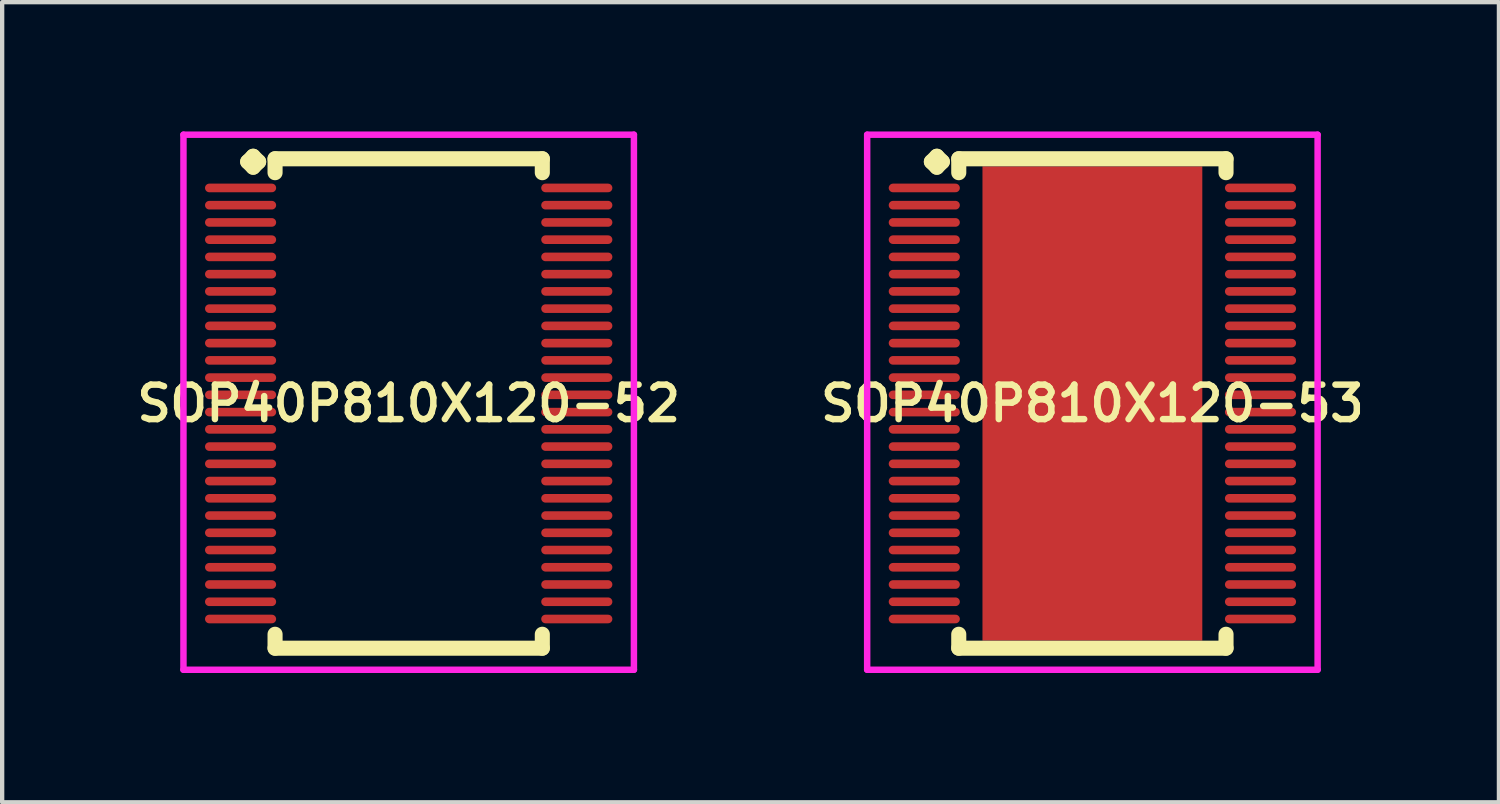
<source format=kicad_pcb>
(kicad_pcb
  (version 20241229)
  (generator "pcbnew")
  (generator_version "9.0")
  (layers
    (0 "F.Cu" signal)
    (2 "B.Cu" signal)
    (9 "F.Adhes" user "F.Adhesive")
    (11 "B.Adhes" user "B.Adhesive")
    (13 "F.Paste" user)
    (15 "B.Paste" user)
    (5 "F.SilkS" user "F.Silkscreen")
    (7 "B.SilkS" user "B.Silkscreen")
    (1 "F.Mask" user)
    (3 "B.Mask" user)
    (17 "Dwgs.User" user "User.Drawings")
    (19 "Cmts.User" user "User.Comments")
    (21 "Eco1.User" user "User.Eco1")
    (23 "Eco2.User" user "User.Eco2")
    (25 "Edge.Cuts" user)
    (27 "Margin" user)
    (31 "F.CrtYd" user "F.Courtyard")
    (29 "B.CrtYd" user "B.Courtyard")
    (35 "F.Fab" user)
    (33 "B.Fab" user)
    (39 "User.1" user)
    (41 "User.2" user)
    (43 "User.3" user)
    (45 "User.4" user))
  (footprint "SOP40P810X120-52"
    (layer "F.Cu")
    (at 6.431 6.31)
    (property "Reference" "SOP40P810X120-52" (at 0 0 0) (layer "F.SilkS") (effects (font (size 0.8 0.8) (thickness 0.15))))
    (attr smd)
    (fp_line (start -3.735 -5.608) (end -3.608 -5.735) (stroke (width 0.35) (type solid)) (layer "F.SilkS"))
    (fp_line (start -3.608 -5.735) (end -3.481 -5.608) (stroke (width 0.35) (type solid)) (layer "F.SilkS"))
    (fp_line (start -3.608 -5.481) (end -3.735 -5.608) (stroke (width 0.35) (type solid)) (layer "F.SilkS"))
    (fp_line (start -3.481 -5.608) (end -3.608 -5.481) (stroke (width 0.35) (type solid)) (layer "F.SilkS"))
    (fp_line (start -3.1 -5.677) (end 3.1 -5.677) (stroke (width 0.35) (type solid)) (layer "F.SilkS"))
    (fp_line (start -3.1 -5.354) (end -3.1 -5.677) (stroke (width 0.35) (type solid)) (layer "F.SilkS"))
    (fp_line (start -3.1 5.354) (end -3.1 5.677) (stroke (width 0.35) (type solid)) (layer "F.SilkS"))
    (fp_line (start -3.1 5.677) (end 3.1 5.677) (stroke (width 0.35) (type solid)) (layer "F.SilkS"))
    (fp_line (start 3.1 -5.677) (end 3.1 -5.354) (stroke (width 0.35) (type solid)) (layer "F.SilkS"))
    (fp_line (start 3.1 5.677) (end 3.1 5.354) (stroke (width 0.35) (type solid)) (layer "F.SilkS"))
    (fp_line (start -5.225 -6.235) (end 5.225 -6.235) (stroke (width 0.15) (type solid)) (layer "F.CrtYd"))
    (fp_line (start -5.225 6.177) (end -5.225 -6.235) (stroke (width 0.15) (type solid)) (layer "F.CrtYd"))
    (fp_line (start 5.225 -6.235) (end 5.225 6.177) (stroke (width 0.15) (type solid)) (layer "F.CrtYd"))
    (fp_line (start 5.225 6.177) (end -5.225 6.177) (stroke (width 0.15) (type solid)) (layer "F.CrtYd"))
    (pad "1" smd oval (at -3.9 -5) (size 1.65 0.2) (layers "F.Cu" "F.Mask" "F.Paste"))
    (pad "2" smd oval (at -3.9 -4.6) (size 1.65 0.2) (layers "F.Cu" "F.Mask" "F.Paste"))
    (pad "3" smd oval (at -3.9 -4.2) (size 1.65 0.2) (layers "F.Cu" "F.Mask" "F.Paste"))
    (pad "4" smd oval (at -3.9 -3.8) (size 1.65 0.2) (layers "F.Cu" "F.Mask" "F.Paste"))
    (pad "5" smd oval (at -3.9 -3.4) (size 1.65 0.2) (layers "F.Cu" "F.Mask" "F.Paste"))
    (pad "6" smd oval (at -3.9 -3) (size 1.65 0.2) (layers "F.Cu" "F.Mask" "F.Paste"))
    (pad "7" smd oval (at -3.9 -2.6) (size 1.65 0.2) (layers "F.Cu" "F.Mask" "F.Paste"))
    (pad "8" smd oval (at -3.9 -2.2) (size 1.65 0.2) (layers "F.Cu" "F.Mask" "F.Paste"))
    (pad "9" smd oval (at -3.9 -1.8) (size 1.65 0.2) (layers "F.Cu" "F.Mask" "F.Paste"))
    (pad "10" smd oval (at -3.9 -1.4) (size 1.65 0.2) (layers "F.Cu" "F.Mask" "F.Paste"))
    (pad "11" smd oval (at -3.9 -1) (size 1.65 0.2) (layers "F.Cu" "F.Mask" "F.Paste"))
    (pad "12" smd oval (at -3.9 -0.6) (size 1.65 0.2) (layers "F.Cu" "F.Mask" "F.Paste"))
    (pad "13" smd oval (at -3.9 -0.2) (size 1.65 0.2) (layers "F.Cu" "F.Mask" "F.Paste"))
    (pad "14" smd oval (at -3.9 0.2) (size 1.65 0.2) (layers "F.Cu" "F.Mask" "F.Paste"))
    (pad "15" smd oval (at -3.9 0.6) (size 1.65 0.2) (layers "F.Cu" "F.Mask" "F.Paste"))
    (pad "16" smd oval (at -3.9 1) (size 1.65 0.2) (layers "F.Cu" "F.Mask" "F.Paste"))
    (pad "17" smd oval (at -3.9 1.4) (size 1.65 0.2) (layers "F.Cu" "F.Mask" "F.Paste"))
    (pad "18" smd oval (at -3.9 1.8) (size 1.65 0.2) (layers "F.Cu" "F.Mask" "F.Paste"))
    (pad "19" smd oval (at -3.9 2.2) (size 1.65 0.2) (layers "F.Cu" "F.Mask" "F.Paste"))
    (pad "20" smd oval (at -3.9 2.6) (size 1.65 0.2) (layers "F.Cu" "F.Mask" "F.Paste"))
    (pad "21" smd oval (at -3.9 3) (size 1.65 0.2) (layers "F.Cu" "F.Mask" "F.Paste"))
    (pad "22" smd oval (at -3.9 3.4) (size 1.65 0.2) (layers "F.Cu" "F.Mask" "F.Paste"))
    (pad "23" smd oval (at -3.9 3.8) (size 1.65 0.2) (layers "F.Cu" "F.Mask" "F.Paste"))
    (pad "24" smd oval (at -3.9 4.2) (size 1.65 0.2) (layers "F.Cu" "F.Mask" "F.Paste"))
    (pad "25" smd oval (at -3.9 4.6) (size 1.65 0.2) (layers "F.Cu" "F.Mask" "F.Paste"))
    (pad "26" smd oval (at -3.9 5) (size 1.65 0.2) (layers "F.Cu" "F.Mask" "F.Paste"))
    (pad "27" smd oval (at 3.9 5) (size 1.65 0.2) (layers "F.Cu" "F.Mask" "F.Paste"))
    (pad "28" smd oval (at 3.9 4.6) (size 1.65 0.2) (layers "F.Cu" "F.Mask" "F.Paste"))
    (pad "29" smd oval (at 3.9 4.2) (size 1.65 0.2) (layers "F.Cu" "F.Mask" "F.Paste"))
    (pad "30" smd oval (at 3.9 3.8) (size 1.65 0.2) (layers "F.Cu" "F.Mask" "F.Paste"))
    (pad "31" smd oval (at 3.9 3.4) (size 1.65 0.2) (layers "F.Cu" "F.Mask" "F.Paste"))
    (pad "32" smd oval (at 3.9 3) (size 1.65 0.2) (layers "F.Cu" "F.Mask" "F.Paste"))
    (pad "33" smd oval (at 3.9 2.6) (size 1.65 0.2) (layers "F.Cu" "F.Mask" "F.Paste"))
    (pad "34" smd oval (at 3.9 2.2) (size 1.65 0.2) (layers "F.Cu" "F.Mask" "F.Paste"))
    (pad "35" smd oval (at 3.9 1.8) (size 1.65 0.2) (layers "F.Cu" "F.Mask" "F.Paste"))
    (pad "36" smd oval (at 3.9 1.4) (size 1.65 0.2) (layers "F.Cu" "F.Mask" "F.Paste"))
    (pad "37" smd oval (at 3.9 1) (size 1.65 0.2) (layers "F.Cu" "F.Mask" "F.Paste"))
    (pad "38" smd oval (at 3.9 0.6) (size 1.65 0.2) (layers "F.Cu" "F.Mask" "F.Paste"))
    (pad "39" smd oval (at 3.9 0.2) (size 1.65 0.2) (layers "F.Cu" "F.Mask" "F.Paste"))
    (pad "40" smd oval (at 3.9 -0.2) (size 1.65 0.2) (layers "F.Cu" "F.Mask" "F.Paste"))
    (pad "41" smd oval (at 3.9 -0.6) (size 1.65 0.2) (layers "F.Cu" "F.Mask" "F.Paste"))
    (pad "42" smd oval (at 3.9 -1) (size 1.65 0.2) (layers "F.Cu" "F.Mask" "F.Paste"))
    (pad "43" smd oval (at 3.9 -1.4) (size 1.65 0.2) (layers "F.Cu" "F.Mask" "F.Paste"))
    (pad "44" smd oval (at 3.9 -1.8) (size 1.65 0.2) (layers "F.Cu" "F.Mask" "F.Paste"))
    (pad "45" smd oval (at 3.9 -2.2) (size 1.65 0.2) (layers "F.Cu" "F.Mask" "F.Paste"))
    (pad "46" smd oval (at 3.9 -2.6) (size 1.65 0.2) (layers "F.Cu" "F.Mask" "F.Paste"))
    (pad "47" smd oval (at 3.9 -3) (size 1.65 0.2) (layers "F.Cu" "F.Mask" "F.Paste"))
    (pad "48" smd oval (at 3.9 -3.4) (size 1.65 0.2) (layers "F.Cu" "F.Mask" "F.Paste"))
    (pad "49" smd oval (at 3.9 -3.8) (size 1.65 0.2) (layers "F.Cu" "F.Mask" "F.Paste"))
    (pad "50" smd oval (at 3.9 -4.2) (size 1.65 0.2) (layers "F.Cu" "F.Mask" "F.Paste"))
    (pad "51" smd oval (at 3.9 -4.6) (size 1.65 0.2) (layers "F.Cu" "F.Mask" "F.Paste"))
    (pad "52" smd oval (at 3.9 -5) (size 1.65 0.2) (layers "F.Cu" "F.Mask" "F.Paste")))
  (footprint "SOP40P810X120-53"
    (layer "F.Cu")
    (at 22.292 6.31)
    (property "Reference" "SOP40P810X120-53" (at 0 0 0) (layer "F.SilkS") (effects (font (size 0.8 0.8) (thickness 0.15))))
    (attr smd)
    (fp_line (start -3.735 -5.608) (end -3.608 -5.735) (stroke (width 0.35) (type solid)) (layer "F.SilkS"))
    (fp_line (start -3.608 -5.735) (end -3.481 -5.608) (stroke (width 0.35) (type solid)) (layer "F.SilkS"))
    (fp_line (start -3.608 -5.481) (end -3.735 -5.608) (stroke (width 0.35) (type solid)) (layer "F.SilkS"))
    (fp_line (start -3.481 -5.608) (end -3.608 -5.481) (stroke (width 0.35) (type solid)) (layer "F.SilkS"))
    (fp_line (start -3.1 -5.677) (end 3.1 -5.677) (stroke (width 0.35) (type solid)) (layer "F.SilkS"))
    (fp_line (start -3.1 -5.354) (end -3.1 -5.677) (stroke (width 0.35) (type solid)) (layer "F.SilkS"))
    (fp_line (start -3.1 5.354) (end -3.1 5.677) (stroke (width 0.35) (type solid)) (layer "F.SilkS"))
    (fp_line (start -3.1 5.677) (end 3.1 5.677) (stroke (width 0.35) (type solid)) (layer "F.SilkS"))
    (fp_line (start 3.1 -5.677) (end 3.1 -5.354) (stroke (width 0.35) (type solid)) (layer "F.SilkS"))
    (fp_line (start 3.1 5.677) (end 3.1 5.354) (stroke (width 0.35) (type solid)) (layer "F.SilkS"))
    (fp_line (start -5.225 -6.235) (end 5.225 -6.235) (stroke (width 0.15) (type solid)) (layer "F.CrtYd"))
    (fp_line (start -5.225 6.177) (end -5.225 -6.235) (stroke (width 0.15) (type solid)) (layer "F.CrtYd"))
    (fp_line (start 5.225 -6.235) (end 5.225 6.177) (stroke (width 0.15) (type solid)) (layer "F.CrtYd"))
    (fp_line (start 5.225 6.177) (end -5.225 6.177) (stroke (width 0.15) (type solid)) (layer "F.CrtYd"))
    (pad "1" smd oval (at -3.9 -5) (size 1.65 0.2) (layers "F.Cu" "F.Mask" "F.Paste"))
    (pad "2" smd oval (at -3.9 -4.6) (size 1.65 0.2) (layers "F.Cu" "F.Mask" "F.Paste"))
    (pad "3" smd oval (at -3.9 -4.2) (size 1.65 0.2) (layers "F.Cu" "F.Mask" "F.Paste"))
    (pad "4" smd oval (at -3.9 -3.8) (size 1.65 0.2) (layers "F.Cu" "F.Mask" "F.Paste"))
    (pad "5" smd oval (at -3.9 -3.4) (size 1.65 0.2) (layers "F.Cu" "F.Mask" "F.Paste"))
    (pad "6" smd oval (at -3.9 -3) (size 1.65 0.2) (layers "F.Cu" "F.Mask" "F.Paste"))
    (pad "7" smd oval (at -3.9 -2.6) (size 1.65 0.2) (layers "F.Cu" "F.Mask" "F.Paste"))
    (pad "8" smd oval (at -3.9 -2.2) (size 1.65 0.2) (layers "F.Cu" "F.Mask" "F.Paste"))
    (pad "9" smd oval (at -3.9 -1.8) (size 1.65 0.2) (layers "F.Cu" "F.Mask" "F.Paste"))
    (pad "10" smd oval (at -3.9 -1.4) (size 1.65 0.2) (layers "F.Cu" "F.Mask" "F.Paste"))
    (pad "11" smd oval (at -3.9 -1) (size 1.65 0.2) (layers "F.Cu" "F.Mask" "F.Paste"))
    (pad "12" smd oval (at -3.9 -0.6) (size 1.65 0.2) (layers "F.Cu" "F.Mask" "F.Paste"))
    (pad "13" smd oval (at -3.9 -0.2) (size 1.65 0.2) (layers "F.Cu" "F.Mask" "F.Paste"))
    (pad "14" smd oval (at -3.9 0.2) (size 1.65 0.2) (layers "F.Cu" "F.Mask" "F.Paste"))
    (pad "15" smd oval (at -3.9 0.6) (size 1.65 0.2) (layers "F.Cu" "F.Mask" "F.Paste"))
    (pad "16" smd oval (at -3.9 1) (size 1.65 0.2) (layers "F.Cu" "F.Mask" "F.Paste"))
    (pad "17" smd oval (at -3.9 1.4) (size 1.65 0.2) (layers "F.Cu" "F.Mask" "F.Paste"))
    (pad "18" smd oval (at -3.9 1.8) (size 1.65 0.2) (layers "F.Cu" "F.Mask" "F.Paste"))
    (pad "19" smd oval (at -3.9 2.2) (size 1.65 0.2) (layers "F.Cu" "F.Mask" "F.Paste"))
    (pad "20" smd oval (at -3.9 2.6) (size 1.65 0.2) (layers "F.Cu" "F.Mask" "F.Paste"))
    (pad "21" smd oval (at -3.9 3) (size 1.65 0.2) (layers "F.Cu" "F.Mask" "F.Paste"))
    (pad "22" smd oval (at -3.9 3.4) (size 1.65 0.2) (layers "F.Cu" "F.Mask" "F.Paste"))
    (pad "23" smd oval (at -3.9 3.8) (size 1.65 0.2) (layers "F.Cu" "F.Mask" "F.Paste"))
    (pad "24" smd oval (at -3.9 4.2) (size 1.65 0.2) (layers "F.Cu" "F.Mask" "F.Paste"))
    (pad "25" smd oval (at -3.9 4.6) (size 1.65 0.2) (layers "F.Cu" "F.Mask" "F.Paste"))
    (pad "26" smd oval (at -3.9 5) (size 1.65 0.2) (layers "F.Cu" "F.Mask" "F.Paste"))
    (pad "27" smd oval (at 3.9 5) (size 1.65 0.2) (layers "F.Cu" "F.Mask" "F.Paste"))
    (pad "28" smd oval (at 3.9 4.6) (size 1.65 0.2) (layers "F.Cu" "F.Mask" "F.Paste"))
    (pad "29" smd oval (at 3.9 4.2) (size 1.65 0.2) (layers "F.Cu" "F.Mask" "F.Paste"))
    (pad "30" smd oval (at 3.9 3.8) (size 1.65 0.2) (layers "F.Cu" "F.Mask" "F.Paste"))
    (pad "31" smd oval (at 3.9 3.4) (size 1.65 0.2) (layers "F.Cu" "F.Mask" "F.Paste"))
    (pad "32" smd oval (at 3.9 3) (size 1.65 0.2) (layers "F.Cu" "F.Mask" "F.Paste"))
    (pad "33" smd oval (at 3.9 2.6) (size 1.65 0.2) (layers "F.Cu" "F.Mask" "F.Paste"))
    (pad "34" smd oval (at 3.9 2.2) (size 1.65 0.2) (layers "F.Cu" "F.Mask" "F.Paste"))
    (pad "35" smd oval (at 3.9 1.8) (size 1.65 0.2) (layers "F.Cu" "F.Mask" "F.Paste"))
    (pad "36" smd oval (at 3.9 1.4) (size 1.65 0.2) (layers "F.Cu" "F.Mask" "F.Paste"))
    (pad "37" smd oval (at 3.9 1) (size 1.65 0.2) (layers "F.Cu" "F.Mask" "F.Paste"))
    (pad "38" smd oval (at 3.9 0.6) (size 1.65 0.2) (layers "F.Cu" "F.Mask" "F.Paste"))
    (pad "39" smd oval (at 3.9 0.2) (size 1.65 0.2) (layers "F.Cu" "F.Mask" "F.Paste"))
    (pad "40" smd oval (at 3.9 -0.2) (size 1.65 0.2) (layers "F.Cu" "F.Mask" "F.Paste"))
    (pad "41" smd oval (at 3.9 -0.6) (size 1.65 0.2) (layers "F.Cu" "F.Mask" "F.Paste"))
    (pad "42" smd oval (at 3.9 -1) (size 1.65 0.2) (layers "F.Cu" "F.Mask" "F.Paste"))
    (pad "43" smd oval (at 3.9 -1.4) (size 1.65 0.2) (layers "F.Cu" "F.Mask" "F.Paste"))
    (pad "44" smd oval (at 3.9 -1.8) (size 1.65 0.2) (layers "F.Cu" "F.Mask" "F.Paste"))
    (pad "45" smd oval (at 3.9 -2.2) (size 1.65 0.2) (layers "F.Cu" "F.Mask" "F.Paste"))
    (pad "46" smd oval (at 3.9 -2.6) (size 1.65 0.2) (layers "F.Cu" "F.Mask" "F.Paste"))
    (pad "47" smd oval (at 3.9 -3) (size 1.65 0.2) (layers "F.Cu" "F.Mask" "F.Paste"))
    (pad "48" smd oval (at 3.9 -3.4) (size 1.65 0.2) (layers "F.Cu" "F.Mask" "F.Paste"))
    (pad "49" smd oval (at 3.9 -3.8) (size 1.65 0.2) (layers "F.Cu" "F.Mask" "F.Paste"))
    (pad "50" smd oval (at 3.9 -4.2) (size 1.65 0.2) (layers "F.Cu" "F.Mask" "F.Paste"))
    (pad "51" smd oval (at 3.9 -4.6) (size 1.65 0.2) (layers "F.Cu" "F.Mask" "F.Paste"))
    (pad "52" smd oval (at 3.9 -5) (size 1.65 0.2) (layers "F.Cu" "F.Mask" "F.Paste"))
    (pad "53" smd rect (at 0 0) (size 5.1 11) (layers "F.Cu" "F.Mask" "F.Paste")))
  (gr_rect
    (start -3 -3)
    (end 31.723 15.562)
    (stroke (width 0.1) (type default))
    (fill no)
    (layer "Edge.Cuts")))
</source>
